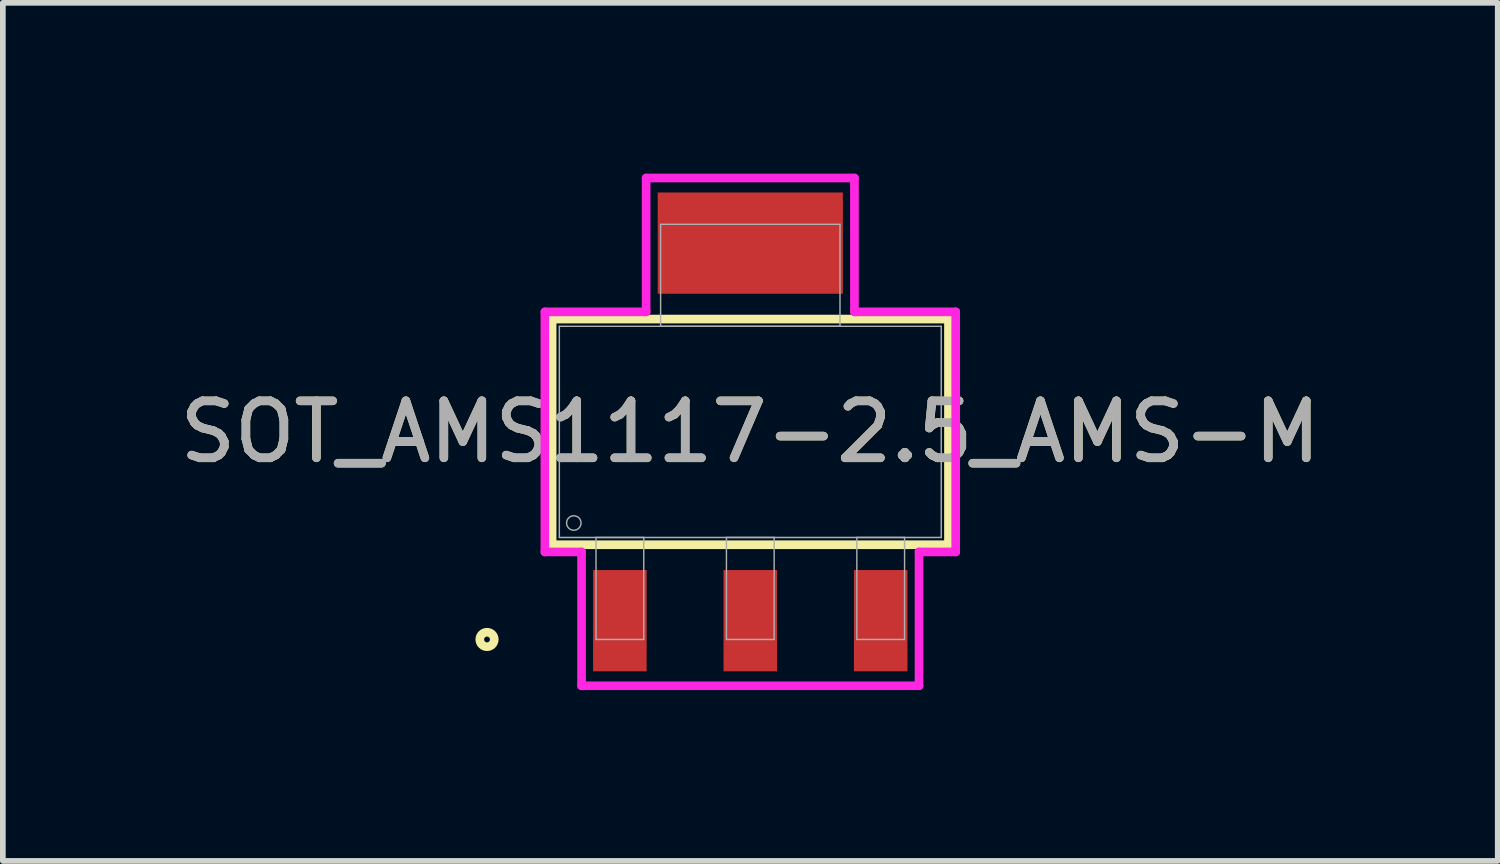
<source format=kicad_pcb>
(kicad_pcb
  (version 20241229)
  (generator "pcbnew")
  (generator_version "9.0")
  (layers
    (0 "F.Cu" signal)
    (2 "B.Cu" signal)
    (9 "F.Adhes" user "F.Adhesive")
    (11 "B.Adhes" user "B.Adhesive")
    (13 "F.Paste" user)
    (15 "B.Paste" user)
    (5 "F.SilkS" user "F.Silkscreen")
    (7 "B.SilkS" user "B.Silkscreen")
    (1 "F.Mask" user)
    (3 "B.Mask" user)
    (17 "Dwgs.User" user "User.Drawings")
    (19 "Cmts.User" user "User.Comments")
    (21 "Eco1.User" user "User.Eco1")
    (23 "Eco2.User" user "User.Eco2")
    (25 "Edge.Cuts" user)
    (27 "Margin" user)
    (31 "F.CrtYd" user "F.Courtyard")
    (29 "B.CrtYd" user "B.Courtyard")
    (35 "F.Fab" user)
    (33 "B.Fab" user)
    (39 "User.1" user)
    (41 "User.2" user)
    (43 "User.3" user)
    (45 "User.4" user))
  (footprint "SOT_AMS1117-2.5_AMS-M"
    (layer "F.Cu")
    (at 10.125 4.534)
    (property "Reference" "SOT_AMS1117-2.5_AMS-M" (at 0 0 0) (unlocked yes) (layer "F.SilkS") (effects (font (size 1 1) (thickness 0.15))))
    (attr smd)
    (fp_line (start -3.48 -1.981) (end -3.48 1.981) (stroke (width 0.152) (type solid)) (layer "F.SilkS"))
    (fp_line (start -3.48 1.981) (end 3.48 1.981) (stroke (width 0.152) (type solid)) (layer "F.SilkS"))
    (fp_line (start 3.48 -1.981) (end -3.48 -1.981) (stroke (width 0.152) (type solid)) (layer "F.SilkS"))
    (fp_line (start 3.48 1.981) (end 3.48 -1.981) (stroke (width 0.152) (type solid)) (layer "F.SilkS"))
    (fp_circle (center -4.623 3.645) (end -4.496 3.645) (stroke (width 0.152) (type solid)) (fill no) (layer "F.SilkS"))
    (fp_line (start -3.607 -2.108) (end -1.829 -2.108) (stroke (width 0.152) (type solid)) (layer "F.CrtYd"))
    (fp_line (start -3.607 2.108) (end -3.607 -2.108) (stroke (width 0.152) (type solid)) (layer "F.CrtYd"))
    (fp_line (start -2.963 2.108) (end -3.607 2.108) (stroke (width 0.152) (type solid)) (layer "F.CrtYd"))
    (fp_line (start -2.963 4.458) (end -2.963 2.108) (stroke (width 0.152) (type solid)) (layer "F.CrtYd"))
    (fp_line (start -1.829 -4.458) (end 1.829 -4.458) (stroke (width 0.152) (type solid)) (layer "F.CrtYd"))
    (fp_line (start -1.829 -2.108) (end -1.829 -4.458) (stroke (width 0.152) (type solid)) (layer "F.CrtYd"))
    (fp_line (start 1.829 -4.458) (end 1.829 -2.108) (stroke (width 0.152) (type solid)) (layer "F.CrtYd"))
    (fp_line (start 1.829 -2.108) (end 3.607 -2.108) (stroke (width 0.152) (type solid)) (layer "F.CrtYd"))
    (fp_line (start 2.963 2.108) (end 2.963 4.458) (stroke (width 0.152) (type solid)) (layer "F.CrtYd"))
    (fp_line (start 2.963 4.458) (end -2.963 4.458) (stroke (width 0.152) (type solid)) (layer "F.CrtYd"))
    (fp_line (start 3.607 -2.108) (end 3.607 2.108) (stroke (width 0.152) (type solid)) (layer "F.CrtYd"))
    (fp_line (start 3.607 2.108) (end 2.963 2.108) (stroke (width 0.152) (type solid)) (layer "F.CrtYd"))
    (fp_line (start -3.353 -1.854) (end -3.353 1.854) (stroke (width 0.025) (type solid)) (layer "F.Fab"))
    (fp_line (start -3.353 1.854) (end 3.353 1.854) (stroke (width 0.025) (type solid)) (layer "F.Fab"))
    (fp_line (start -2.709 1.854) (end -2.709 3.645) (stroke (width 0.025) (type solid)) (layer "F.Fab"))
    (fp_line (start -2.709 3.645) (end -1.871 3.645) (stroke (width 0.025) (type solid)) (layer "F.Fab"))
    (fp_line (start -1.871 1.854) (end -2.709 1.854) (stroke (width 0.025) (type solid)) (layer "F.Fab"))
    (fp_line (start -1.871 3.645) (end -1.871 1.854) (stroke (width 0.025) (type solid)) (layer "F.Fab"))
    (fp_line (start -1.575 -3.645) (end -1.575 -1.854) (stroke (width 0.025) (type solid)) (layer "F.Fab"))
    (fp_line (start -1.575 -1.854) (end 1.575 -1.854) (stroke (width 0.025) (type solid)) (layer "F.Fab"))
    (fp_line (start -0.419 1.854) (end -0.419 3.645) (stroke (width 0.025) (type solid)) (layer "F.Fab"))
    (fp_line (start -0.419 3.645) (end 0.419 3.645) (stroke (width 0.025) (type solid)) (layer "F.Fab"))
    (fp_line (start 0.419 1.854) (end -0.419 1.854) (stroke (width 0.025) (type solid)) (layer "F.Fab"))
    (fp_line (start 0.419 3.645) (end 0.419 1.854) (stroke (width 0.025) (type solid)) (layer "F.Fab"))
    (fp_line (start 1.575 -3.645) (end -1.575 -3.645) (stroke (width 0.025) (type solid)) (layer "F.Fab"))
    (fp_line (start 1.575 -1.854) (end 1.575 -3.645) (stroke (width 0.025) (type solid)) (layer "F.Fab"))
    (fp_line (start 1.871 1.854) (end 1.871 3.645) (stroke (width 0.025) (type solid)) (layer "F.Fab"))
    (fp_line (start 1.871 3.645) (end 2.709 3.645) (stroke (width 0.025) (type solid)) (layer "F.Fab"))
    (fp_line (start 2.709 1.854) (end 1.871 1.854) (stroke (width 0.025) (type solid)) (layer "F.Fab"))
    (fp_line (start 2.709 3.645) (end 2.709 1.854) (stroke (width 0.025) (type solid)) (layer "F.Fab"))
    (fp_line (start 3.353 -1.854) (end -3.353 -1.854) (stroke (width 0.025) (type solid)) (layer "F.Fab"))
    (fp_line (start 3.353 1.854) (end 3.353 -1.854) (stroke (width 0.025) (type solid)) (layer "F.Fab"))
    (fp_circle (center -3.099 1.6) (end -2.972 1.6) (stroke (width 0.025) (type solid)) (fill no) (layer "F.Fab"))
    (fp_text user "${REFERENCE}" (at 0 0 0) (unlocked yes) (layer "F.Fab") (effects (font (size 1 1) (thickness 0.15))))
    (pad "1" smd rect (at -2.29 3.315) (size 0.94 1.778) (layers "F.Cu" "F.Mask" "F.Paste"))
    (pad "2" smd rect (at 0 3.315) (size 0.94 1.778) (layers "F.Cu" "F.Mask" "F.Paste"))
    (pad "3" smd rect (at 2.29 3.315) (size 0.94 1.778) (layers "F.Cu" "F.Mask" "F.Paste"))
    (pad "4" smd rect (at 0 -3.315) (size 3.251 1.778) (layers "F.Cu" "F.Mask" "F.Paste")))
  (gr_rect
    (start -3 -3)
    (end 23.25 12.068)
    (stroke (width 0.1) (type default))
    (fill no)
    (layer "Edge.Cuts")))
</source>
